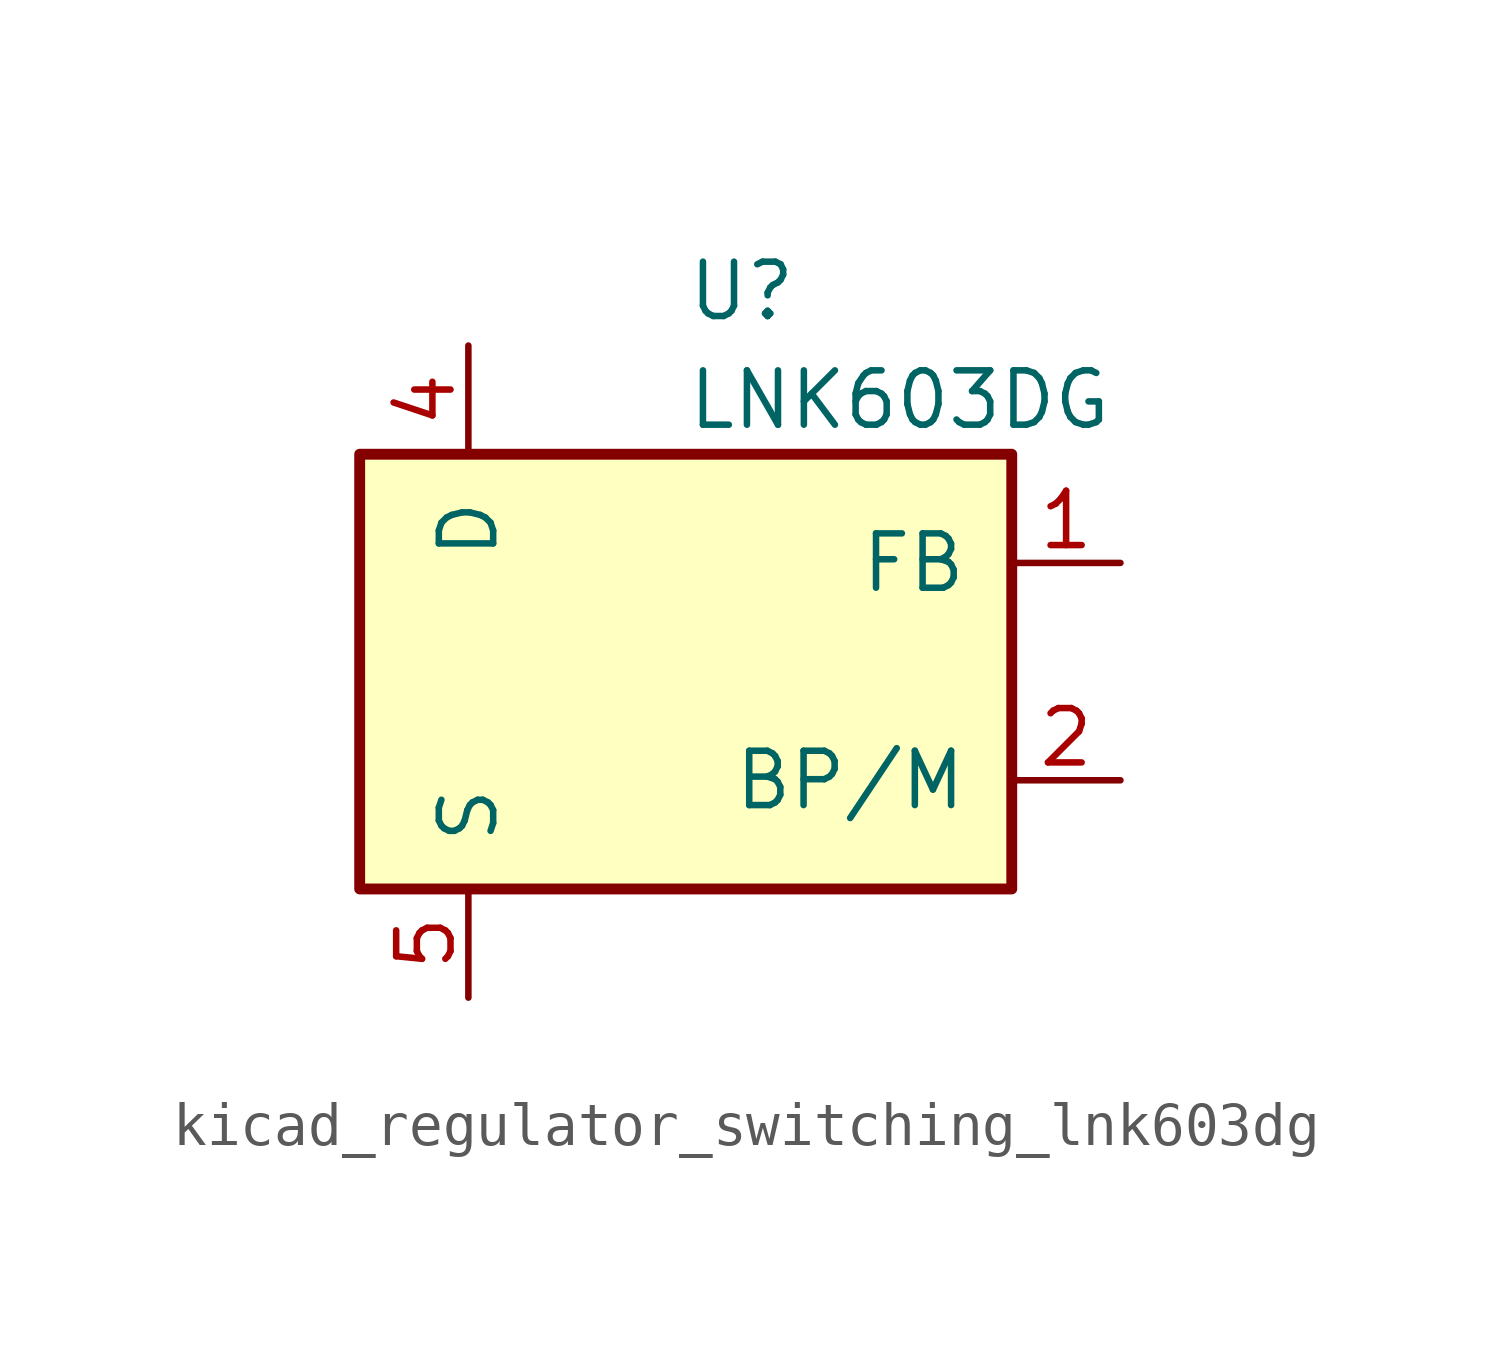
<source format=kicad_sym>
(kicad_symbol_lib
  (version 20220914)
  (generator kicad_symbol_editor)
  (symbol "kicad_regulator_switching_lnk603dg"
    (pin_names
      (offset 1.016))
    (property "Reference" "U"
      (at 0 8.89 0)
      (effects (font (size 1.27 1.27)) (justify left)))
    (property "Value" "LNK603DG"
      (at 0 6.35 0)
      (effects (font (size 1.27 1.27)) (justify left)))
    (symbol "kicad_regulator_switching_lnk603dg_0_1"
      (rectangle (start -7.62 5.08) (end 7.62 -5.08) (stroke (width 0.254) (type default)) (fill (type background))))
    (symbol "kicad_regulator_switching_lnk603dg_1_1"
      (pin input line (at 10.16 2.54 180) (length 2.54) (name "FB" (effects (font (size 1.27 1.27)))) (number "1" (effects (font (size 1.27 1.27)))))
      (pin input line (at 10.16 -2.54 180) (length 2.54) (name "BP/M" (effects (font (size 1.27 1.27)))) (number "2" (effects (font (size 1.27 1.27)))))
      (pin open_collector line (at -5.08 7.62 270) (length 2.54) (name "D" (effects (font (size 1.27 1.27)))) (number "4" (effects (font (size 1.27 1.27)))))
      (pin power_in line (at -5.08 -7.62 90) (length 2.54) (name "S" (effects (font (size 1.27 1.27)))) (number "5" (effects (font (size 1.27 1.27)))))
      (pin passive line (at -5.08 -7.62 90) (length 2.54) hide (name "S" (effects (font (size 1.27 1.27)))) (number "6" (effects (font (size 1.27 1.27)))))
      (pin passive line (at -5.08 -7.62 90) (length 2.54) hide (name "S" (effects (font (size 1.27 1.27)))) (number "7" (effects (font (size 1.27 1.27)))))
      (pin passive line (at -5.08 -7.62 90) (length 2.54) hide (name "S" (effects (font (size 1.27 1.27)))) (number "8" (effects (font (size 1.27 1.27))))))))
</source>
